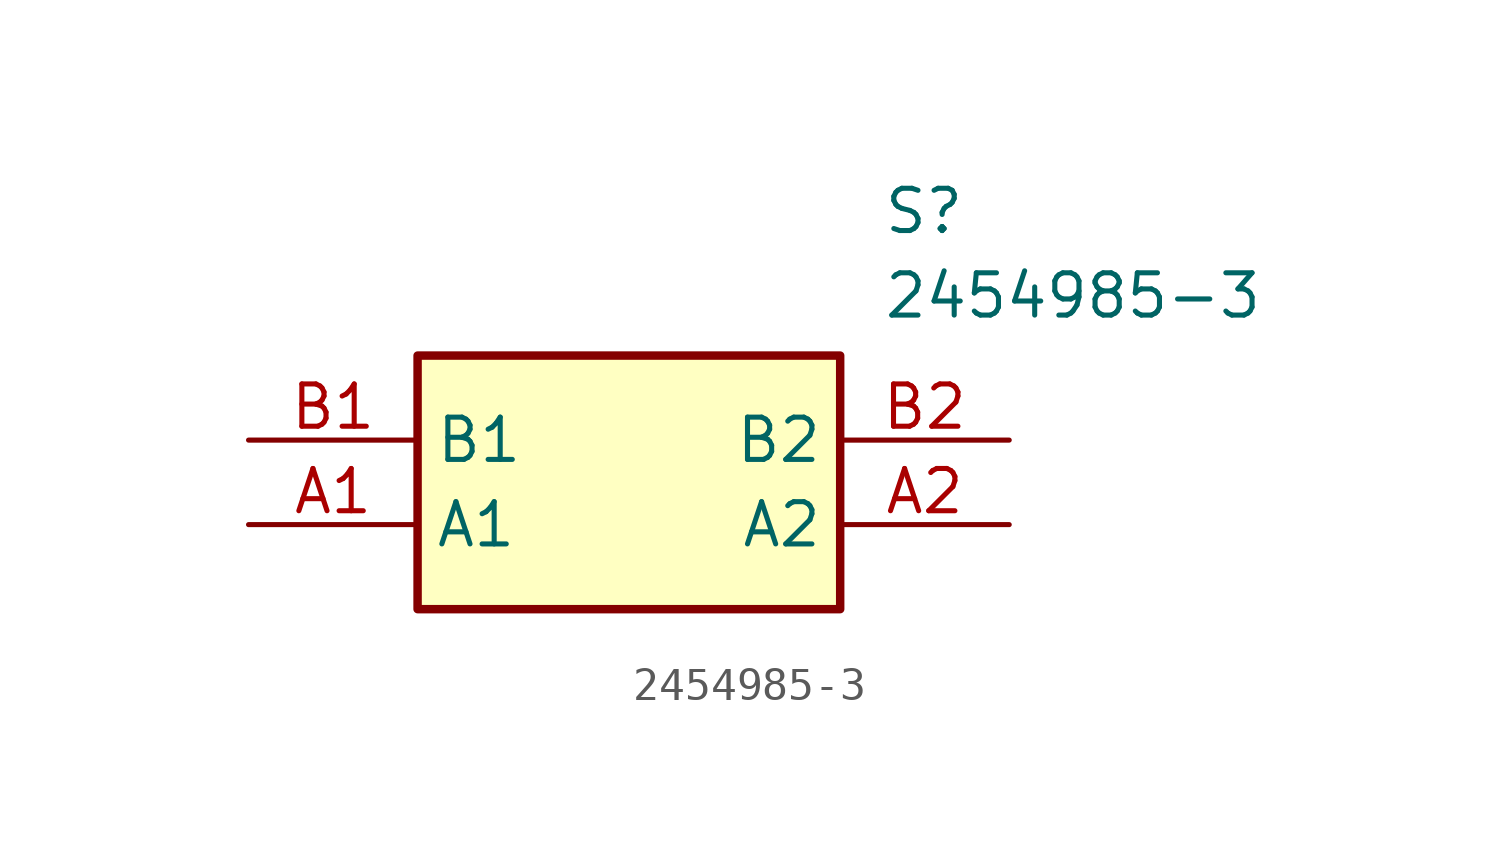
<source format=kicad_sym>
(kicad_symbol_lib
  (version 20211014)
  (generator SamacSys_ECAD_Model)
  (symbol "2454985-3"
    (property "Reference" "S"
      (at 19.05 7.62 0)
      (effects (font (size 1.27 1.27)) (justify left top)))
    (property "Value" "2454985-3"
      (at 19.05 5.08 0)
      (effects (font (size 1.27 1.27)) (justify left top)))
    (rectangle
      (start 5.08 2.54)
      (end 17.78 -5.08)
      (stroke (width 0.254) (type default))
      (fill (type background)))
    (pin passive line
      (at 0 -2.54 0)
      (length 5.08)
      (name "A1" (effects (font (size 1.27 1.27))))
      (number "A1" (effects (font (size 1.27 1.27)))))
    (pin passive line
      (at 22.86 -2.54 180)
      (length 5.08)
      (name "A2" (effects (font (size 1.27 1.27))))
      (number "A2" (effects (font (size 1.27 1.27)))))
    (pin passive line
      (at 0 0 0)
      (length 5.08)
      (name "B1" (effects (font (size 1.27 1.27))))
      (number "B1" (effects (font (size 1.27 1.27)))))
    (pin passive line
      (at 22.86 0 180)
      (length 5.08)
      (name "B2" (effects (font (size 1.27 1.27))))
      (number "B2" (effects (font (size 1.27 1.27)))))))
</source>
